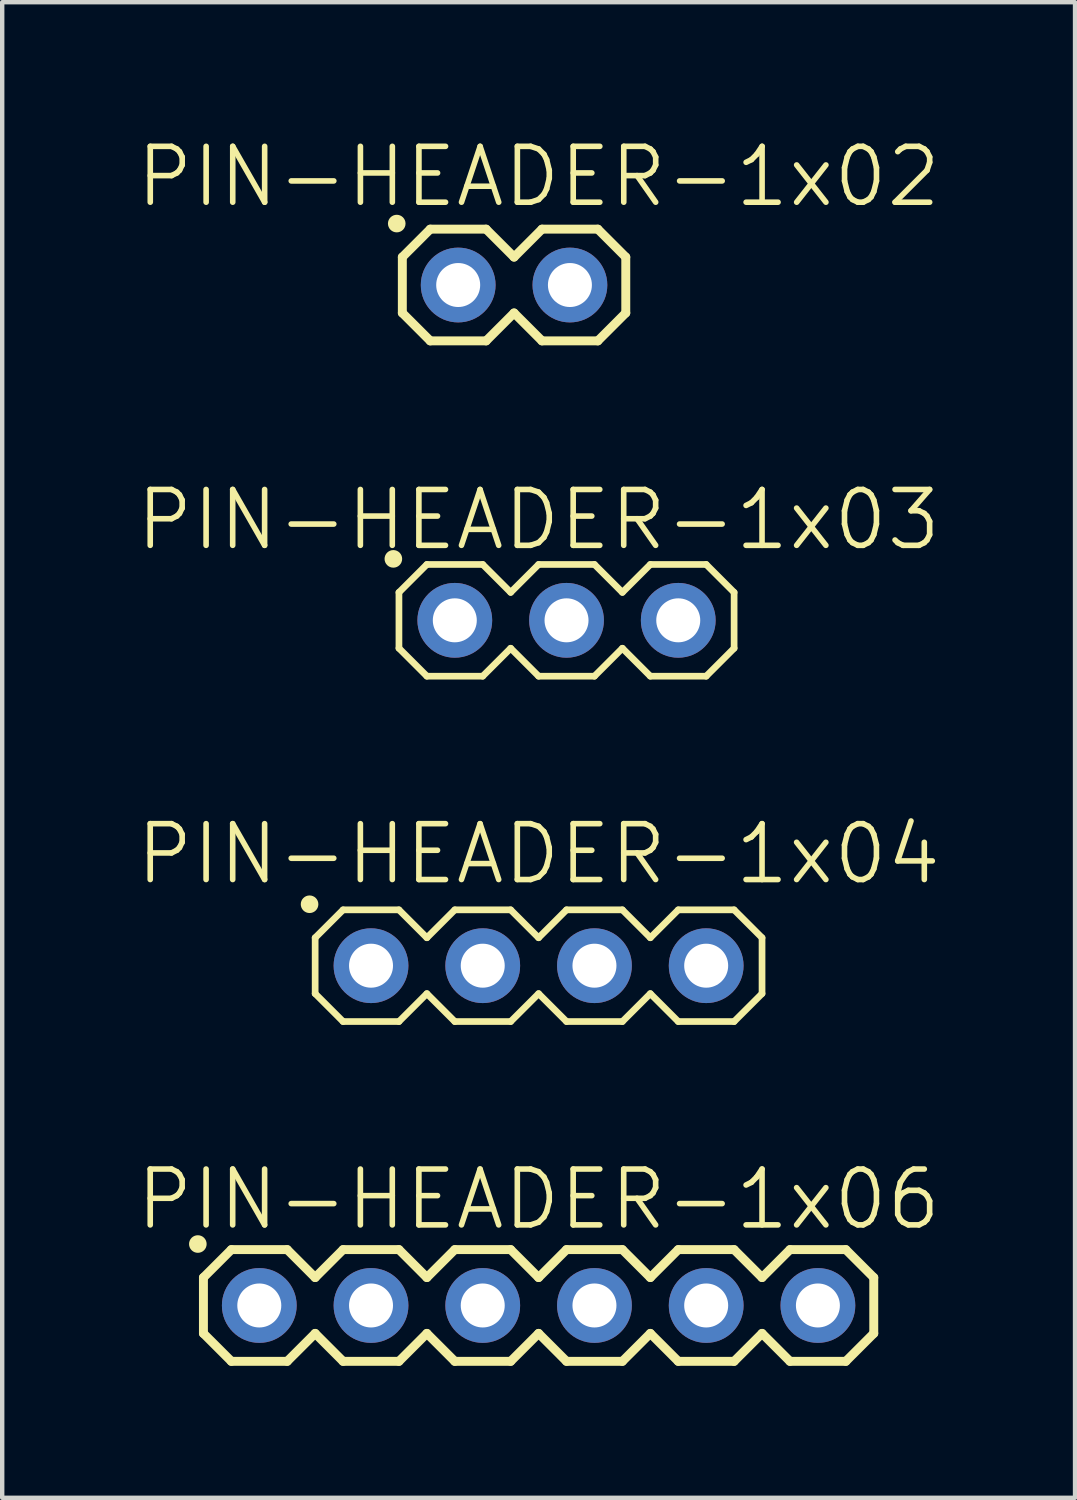
<source format=kicad_pcb>
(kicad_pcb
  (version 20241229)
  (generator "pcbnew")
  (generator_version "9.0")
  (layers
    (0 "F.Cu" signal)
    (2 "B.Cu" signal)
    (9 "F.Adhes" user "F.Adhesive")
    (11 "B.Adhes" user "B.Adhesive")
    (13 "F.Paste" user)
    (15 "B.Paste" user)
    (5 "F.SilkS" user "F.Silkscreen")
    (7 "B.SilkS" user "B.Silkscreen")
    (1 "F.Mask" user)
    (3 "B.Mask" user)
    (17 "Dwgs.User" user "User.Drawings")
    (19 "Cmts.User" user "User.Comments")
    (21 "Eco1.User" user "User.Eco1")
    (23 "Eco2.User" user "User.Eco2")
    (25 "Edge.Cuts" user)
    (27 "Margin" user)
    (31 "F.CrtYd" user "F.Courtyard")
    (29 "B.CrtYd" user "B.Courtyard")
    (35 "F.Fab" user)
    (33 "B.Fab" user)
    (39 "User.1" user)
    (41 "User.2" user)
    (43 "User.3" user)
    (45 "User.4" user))
  (footprint "PIN-HEADER-1x04"
    (layer "F.Cu")
    (at 9.195 18.905)
    (property "Reference" "PIN-HEADER-1x04" (at 0 -2.54 0) (layer "F.SilkS") (effects (font (size 1.27 1.27) (thickness 0.127))))
    (attr through_hole)
    (fp_line (start -5.08 -0.635) (end -4.445 -1.27) (stroke (width 0.152) (type solid)) (layer "F.SilkS"))
    (fp_line (start -5.08 0.635) (end -5.08 -0.635) (stroke (width 0.152) (type solid)) (layer "F.SilkS"))
    (fp_line (start -5.08 0.635) (end -4.445 1.27) (stroke (width 0.152) (type solid)) (layer "F.SilkS"))
    (fp_line (start -4.445 -1.27) (end -3.175 -1.27) (stroke (width 0.152) (type solid)) (layer "F.SilkS"))
    (fp_line (start -4.445 1.27) (end -3.175 1.27) (stroke (width 0.152) (type solid)) (layer "F.SilkS"))
    (fp_line (start -3.175 -1.27) (end -2.54 -0.635) (stroke (width 0.152) (type solid)) (layer "F.SilkS"))
    (fp_line (start -3.175 1.27) (end -2.54 0.635) (stroke (width 0.152) (type solid)) (layer "F.SilkS"))
    (fp_line (start -2.54 -0.635) (end -1.905 -1.27) (stroke (width 0.152) (type solid)) (layer "F.SilkS"))
    (fp_line (start -2.54 0.635) (end -1.905 1.27) (stroke (width 0.152) (type solid)) (layer "F.SilkS"))
    (fp_line (start -1.905 -1.27) (end -0.635 -1.27) (stroke (width 0.152) (type solid)) (layer "F.SilkS"))
    (fp_line (start -1.905 1.27) (end -0.635 1.27) (stroke (width 0.152) (type solid)) (layer "F.SilkS"))
    (fp_line (start -0.635 -1.27) (end 0 -0.635) (stroke (width 0.152) (type solid)) (layer "F.SilkS"))
    (fp_line (start -0.635 1.27) (end 0 0.635) (stroke (width 0.152) (type solid)) (layer "F.SilkS"))
    (fp_line (start 0 -0.635) (end 0.635 -1.27) (stroke (width 0.152) (type solid)) (layer "F.SilkS"))
    (fp_line (start 0 0.635) (end 0.635 1.27) (stroke (width 0.152) (type solid)) (layer "F.SilkS"))
    (fp_line (start 0.635 -1.27) (end 1.905 -1.27) (stroke (width 0.152) (type solid)) (layer "F.SilkS"))
    (fp_line (start 0.635 1.27) (end 1.905 1.27) (stroke (width 0.152) (type solid)) (layer "F.SilkS"))
    (fp_line (start 1.905 -1.27) (end 2.54 -0.635) (stroke (width 0.152) (type solid)) (layer "F.SilkS"))
    (fp_line (start 1.905 1.27) (end 2.54 0.635) (stroke (width 0.152) (type solid)) (layer "F.SilkS"))
    (fp_line (start 2.54 -0.635) (end 3.175 -1.27) (stroke (width 0.152) (type solid)) (layer "F.SilkS"))
    (fp_line (start 2.54 0.635) (end 3.175 1.27) (stroke (width 0.152) (type solid)) (layer "F.SilkS"))
    (fp_line (start 3.175 -1.27) (end 4.445 -1.27) (stroke (width 0.152) (type solid)) (layer "F.SilkS"))
    (fp_line (start 3.175 1.27) (end 4.445 1.27) (stroke (width 0.152) (type solid)) (layer "F.SilkS"))
    (fp_line (start 4.445 -1.27) (end 5.08 -0.635) (stroke (width 0.152) (type solid)) (layer "F.SilkS"))
    (fp_line (start 4.445 1.27) (end 5.08 0.635) (stroke (width 0.152) (type solid)) (layer "F.SilkS"))
    (fp_line (start 5.08 -0.635) (end 5.08 0.635) (stroke (width 0.152) (type solid)) (layer "F.SilkS"))
    (fp_circle (center -5.207 -1.397) (end -5.107 -1.397) (stroke (width 0.2) (type solid)) (fill no) (layer "F.SilkS"))
    (fp_line (start -4.064 -0.254) (end -3.556 -0.254) (stroke (width 0.066) (type solid)) (layer "Dwgs.User"))
    (fp_line (start -4.064 0.254) (end -4.064 -0.254) (stroke (width 0.066) (type solid)) (layer "Dwgs.User"))
    (fp_line (start -4.064 0.254) (end -3.556 0.254) (stroke (width 0.066) (type solid)) (layer "Dwgs.User"))
    (fp_line (start -3.556 0.254) (end -3.556 -0.254) (stroke (width 0.066) (type solid)) (layer "Dwgs.User"))
    (fp_line (start -1.524 -0.254) (end -1.016 -0.254) (stroke (width 0.066) (type solid)) (layer "Dwgs.User"))
    (fp_line (start -1.524 0.254) (end -1.524 -0.254) (stroke (width 0.066) (type solid)) (layer "Dwgs.User"))
    (fp_line (start -1.524 0.254) (end -1.016 0.254) (stroke (width 0.066) (type solid)) (layer "Dwgs.User"))
    (fp_line (start -1.016 0.254) (end -1.016 -0.254) (stroke (width 0.066) (type solid)) (layer "Dwgs.User"))
    (fp_line (start 1.016 -0.254) (end 1.524 -0.254) (stroke (width 0.066) (type solid)) (layer "Dwgs.User"))
    (fp_line (start 1.016 0.254) (end 1.016 -0.254) (stroke (width 0.066) (type solid)) (layer "Dwgs.User"))
    (fp_line (start 1.016 0.254) (end 1.524 0.254) (stroke (width 0.066) (type solid)) (layer "Dwgs.User"))
    (fp_line (start 1.524 0.254) (end 1.524 -0.254) (stroke (width 0.066) (type solid)) (layer "Dwgs.User"))
    (fp_line (start 3.556 -0.254) (end 4.064 -0.254) (stroke (width 0.066) (type solid)) (layer "Dwgs.User"))
    (fp_line (start 3.556 0.254) (end 3.556 -0.254) (stroke (width 0.066) (type solid)) (layer "Dwgs.User"))
    (fp_line (start 3.556 0.254) (end 4.064 0.254) (stroke (width 0.066) (type solid)) (layer "Dwgs.User"))
    (fp_line (start 4.064 0.254) (end 4.064 -0.254) (stroke (width 0.066) (type solid)) (layer "Dwgs.User"))
    (pad "1" thru_hole circle (at -3.81 0) (size 1.7 1.7) (drill 1) (layers "*.Cu" "*.Mask"))
    (pad "2" thru_hole circle (at -1.27 0) (size 1.7 1.7) (drill 1) (layers "*.Cu" "*.Mask"))
    (pad "3" thru_hole circle (at 1.27 0) (size 1.7 1.7) (drill 1) (layers "*.Cu" "*.Mask"))
    (pad "4" thru_hole circle (at 3.81 0) (size 1.7 1.7) (drill 1) (layers "*.Cu" "*.Mask")))
  (footprint "PIN-HEADER-1x06"
    (layer "F.Cu")
    (at 2.845 26.63)
    (property "Reference" "PIN-HEADER-1x06" (at 6.35 -2.413 0) (layer "F.SilkS") (effects (font (size 1.27 1.27) (thickness 0.127))))
    (attr through_hole)
    (fp_line (start -1.27 -0.635) (end -1.27 0.635) (stroke (width 0.203) (type solid)) (layer "F.SilkS"))
    (fp_line (start -1.27 0.635) (end -0.635 1.27) (stroke (width 0.203) (type solid)) (layer "F.SilkS"))
    (fp_line (start -0.635 -1.27) (end -1.27 -0.635) (stroke (width 0.203) (type solid)) (layer "F.SilkS"))
    (fp_line (start -0.635 -1.27) (end 0.635 -1.27) (stroke (width 0.203) (type solid)) (layer "F.SilkS"))
    (fp_line (start 0.635 -1.27) (end 1.27 -0.635) (stroke (width 0.203) (type solid)) (layer "F.SilkS"))
    (fp_line (start 0.635 1.27) (end -0.635 1.27) (stroke (width 0.203) (type solid)) (layer "F.SilkS"))
    (fp_line (start 1.27 -0.635) (end 1.905 -1.27) (stroke (width 0.203) (type solid)) (layer "F.SilkS"))
    (fp_line (start 1.27 0.635) (end 0.635 1.27) (stroke (width 0.203) (type solid)) (layer "F.SilkS"))
    (fp_line (start 1.905 -1.27) (end 3.175 -1.27) (stroke (width 0.203) (type solid)) (layer "F.SilkS"))
    (fp_line (start 1.905 1.27) (end 1.27 0.635) (stroke (width 0.203) (type solid)) (layer "F.SilkS"))
    (fp_line (start 3.175 -1.27) (end 3.81 -0.635) (stroke (width 0.203) (type solid)) (layer "F.SilkS"))
    (fp_line (start 3.175 1.27) (end 1.905 1.27) (stroke (width 0.203) (type solid)) (layer "F.SilkS"))
    (fp_line (start 3.81 -0.635) (end 4.445 -1.27) (stroke (width 0.203) (type solid)) (layer "F.SilkS"))
    (fp_line (start 3.81 0.635) (end 3.175 1.27) (stroke (width 0.203) (type solid)) (layer "F.SilkS"))
    (fp_line (start 4.445 -1.27) (end 5.715 -1.27) (stroke (width 0.203) (type solid)) (layer "F.SilkS"))
    (fp_line (start 4.445 1.27) (end 3.81 0.635) (stroke (width 0.203) (type solid)) (layer "F.SilkS"))
    (fp_line (start 5.715 -1.27) (end 6.35 -0.635) (stroke (width 0.203) (type solid)) (layer "F.SilkS"))
    (fp_line (start 5.715 1.27) (end 4.445 1.27) (stroke (width 0.203) (type solid)) (layer "F.SilkS"))
    (fp_line (start 6.35 0.635) (end 5.715 1.27) (stroke (width 0.203) (type solid)) (layer "F.SilkS"))
    (fp_line (start 6.35 0.635) (end 6.985 1.27) (stroke (width 0.203) (type solid)) (layer "F.SilkS"))
    (fp_line (start 6.985 -1.27) (end 6.35 -0.635) (stroke (width 0.203) (type solid)) (layer "F.SilkS"))
    (fp_line (start 6.985 -1.27) (end 8.255 -1.27) (stroke (width 0.203) (type solid)) (layer "F.SilkS"))
    (fp_line (start 8.255 -1.27) (end 8.89 -0.635) (stroke (width 0.203) (type solid)) (layer "F.SilkS"))
    (fp_line (start 8.255 1.27) (end 6.985 1.27) (stroke (width 0.203) (type solid)) (layer "F.SilkS"))
    (fp_line (start 8.89 -0.635) (end 9.525 -1.27) (stroke (width 0.203) (type solid)) (layer "F.SilkS"))
    (fp_line (start 8.89 0.635) (end 8.255 1.27) (stroke (width 0.203) (type solid)) (layer "F.SilkS"))
    (fp_line (start 9.525 -1.27) (end 10.795 -1.27) (stroke (width 0.203) (type solid)) (layer "F.SilkS"))
    (fp_line (start 9.525 1.27) (end 8.89 0.635) (stroke (width 0.203) (type solid)) (layer "F.SilkS"))
    (fp_line (start 10.795 -1.27) (end 11.43 -0.635) (stroke (width 0.203) (type solid)) (layer "F.SilkS"))
    (fp_line (start 10.795 1.27) (end 9.525 1.27) (stroke (width 0.203) (type solid)) (layer "F.SilkS"))
    (fp_line (start 11.43 -0.635) (end 12.065 -1.27) (stroke (width 0.203) (type solid)) (layer "F.SilkS"))
    (fp_line (start 11.43 0.635) (end 10.795 1.27) (stroke (width 0.203) (type solid)) (layer "F.SilkS"))
    (fp_line (start 12.065 -1.27) (end 13.335 -1.27) (stroke (width 0.203) (type solid)) (layer "F.SilkS"))
    (fp_line (start 12.065 1.27) (end 11.43 0.635) (stroke (width 0.203) (type solid)) (layer "F.SilkS"))
    (fp_line (start 13.335 -1.27) (end 13.97 -0.635) (stroke (width 0.203) (type solid)) (layer "F.SilkS"))
    (fp_line (start 13.335 1.27) (end 12.065 1.27) (stroke (width 0.203) (type solid)) (layer "F.SilkS"))
    (fp_line (start 13.97 -0.635) (end 13.97 0.635) (stroke (width 0.203) (type solid)) (layer "F.SilkS"))
    (fp_line (start 13.97 0.635) (end 13.335 1.27) (stroke (width 0.203) (type solid)) (layer "F.SilkS"))
    (fp_circle (center -1.397 -1.397) (end -1.297 -1.397) (stroke (width 0.2) (type solid)) (fill no) (layer "F.SilkS"))
    (fp_line (start -0.254 -0.254) (end 0.254 -0.254) (stroke (width 0.066) (type solid)) (layer "Dwgs.User"))
    (fp_line (start -0.254 0.254) (end -0.254 -0.254) (stroke (width 0.066) (type solid)) (layer "Dwgs.User"))
    (fp_line (start -0.254 0.254) (end 0.254 0.254) (stroke (width 0.066) (type solid)) (layer "Dwgs.User"))
    (fp_line (start 0.254 0.254) (end 0.254 -0.254) (stroke (width 0.066) (type solid)) (layer "Dwgs.User"))
    (fp_line (start 2.286 -0.254) (end 2.794 -0.254) (stroke (width 0.066) (type solid)) (layer "Dwgs.User"))
    (fp_line (start 2.286 0.254) (end 2.286 -0.254) (stroke (width 0.066) (type solid)) (layer "Dwgs.User"))
    (fp_line (start 2.286 0.254) (end 2.794 0.254) (stroke (width 0.066) (type solid)) (layer "Dwgs.User"))
    (fp_line (start 2.794 0.254) (end 2.794 -0.254) (stroke (width 0.066) (type solid)) (layer "Dwgs.User"))
    (fp_line (start 4.826 -0.254) (end 5.334 -0.254) (stroke (width 0.066) (type solid)) (layer "Dwgs.User"))
    (fp_line (start 4.826 0.254) (end 4.826 -0.254) (stroke (width 0.066) (type solid)) (layer "Dwgs.User"))
    (fp_line (start 4.826 0.254) (end 5.334 0.254) (stroke (width 0.066) (type solid)) (layer "Dwgs.User"))
    (fp_line (start 5.334 0.254) (end 5.334 -0.254) (stroke (width 0.066) (type solid)) (layer "Dwgs.User"))
    (fp_line (start 7.366 -0.254) (end 7.874 -0.254) (stroke (width 0.066) (type solid)) (layer "Dwgs.User"))
    (fp_line (start 7.366 0.254) (end 7.366 -0.254) (stroke (width 0.066) (type solid)) (layer "Dwgs.User"))
    (fp_line (start 7.366 0.254) (end 7.874 0.254) (stroke (width 0.066) (type solid)) (layer "Dwgs.User"))
    (fp_line (start 7.874 0.254) (end 7.874 -0.254) (stroke (width 0.066) (type solid)) (layer "Dwgs.User"))
    (fp_line (start 9.906 -0.254) (end 10.414 -0.254) (stroke (width 0.066) (type solid)) (layer "Dwgs.User"))
    (fp_line (start 9.906 0.254) (end 9.906 -0.254) (stroke (width 0.066) (type solid)) (layer "Dwgs.User"))
    (fp_line (start 9.906 0.254) (end 10.414 0.254) (stroke (width 0.066) (type solid)) (layer "Dwgs.User"))
    (fp_line (start 10.414 0.254) (end 10.414 -0.254) (stroke (width 0.066) (type solid)) (layer "Dwgs.User"))
    (fp_line (start 12.446 -0.254) (end 12.954 -0.254) (stroke (width 0.066) (type solid)) (layer "Dwgs.User"))
    (fp_line (start 12.446 0.254) (end 12.446 -0.254) (stroke (width 0.066) (type solid)) (layer "Dwgs.User"))
    (fp_line (start 12.446 0.254) (end 12.954 0.254) (stroke (width 0.066) (type solid)) (layer "Dwgs.User"))
    (fp_line (start 12.954 0.254) (end 12.954 -0.254) (stroke (width 0.066) (type solid)) (layer "Dwgs.User"))
    (pad "1" thru_hole circle (at 0 0) (size 1.7 1.7) (drill 1) (layers "*.Cu" "*.Mask"))
    (pad "2" thru_hole circle (at 2.54 0) (size 1.7 1.7) (drill 1) (layers "*.Cu" "*.Mask"))
    (pad "3" thru_hole circle (at 5.08 0) (size 1.7 1.7) (drill 1) (layers "*.Cu" "*.Mask"))
    (pad "4" thru_hole circle (at 7.62 0) (size 1.7 1.7) (drill 1) (layers "*.Cu" "*.Mask"))
    (pad "5" thru_hole circle (at 10.16 0) (size 1.7 1.7) (drill 1) (layers "*.Cu" "*.Mask"))
    (pad "6" thru_hole circle (at 12.7 0) (size 1.7 1.7) (drill 1) (layers "*.Cu" "*.Mask")))
  (footprint "PIN-HEADER-1x02"
    (layer "F.Cu")
    (at 7.367 3.43)
    (property "Reference" "PIN-HEADER-1x02" (at 1.829 -2.464 0) (layer "F.SilkS") (effects (font (size 1.27 1.27) (thickness 0.127))))
    (attr through_hole)
    (fp_line (start -1.27 -0.635) (end -1.27 0.635) (stroke (width 0.203) (type solid)) (layer "F.SilkS"))
    (fp_line (start -1.27 0.635) (end -0.635 1.27) (stroke (width 0.203) (type solid)) (layer "F.SilkS"))
    (fp_line (start -0.635 -1.27) (end -1.27 -0.635) (stroke (width 0.203) (type solid)) (layer "F.SilkS"))
    (fp_line (start -0.635 -1.27) (end 0.635 -1.27) (stroke (width 0.203) (type solid)) (layer "F.SilkS"))
    (fp_line (start 0.635 -1.27) (end 1.27 -0.635) (stroke (width 0.203) (type solid)) (layer "F.SilkS"))
    (fp_line (start 0.635 1.27) (end -0.635 1.27) (stroke (width 0.203) (type solid)) (layer "F.SilkS"))
    (fp_line (start 1.27 -0.635) (end 1.905 -1.27) (stroke (width 0.203) (type solid)) (layer "F.SilkS"))
    (fp_line (start 1.27 0.635) (end 0.635 1.27) (stroke (width 0.203) (type solid)) (layer "F.SilkS"))
    (fp_line (start 1.905 -1.27) (end 3.175 -1.27) (stroke (width 0.203) (type solid)) (layer "F.SilkS"))
    (fp_line (start 1.905 1.27) (end 1.27 0.635) (stroke (width 0.203) (type solid)) (layer "F.SilkS"))
    (fp_line (start 3.175 -1.27) (end 3.81 -0.635) (stroke (width 0.203) (type solid)) (layer "F.SilkS"))
    (fp_line (start 3.175 1.27) (end 1.905 1.27) (stroke (width 0.203) (type solid)) (layer "F.SilkS"))
    (fp_line (start 3.81 -0.635) (end 3.81 0.635) (stroke (width 0.203) (type solid)) (layer "F.SilkS"))
    (fp_line (start 3.81 0.635) (end 3.175 1.27) (stroke (width 0.203) (type solid)) (layer "F.SilkS"))
    (fp_circle (center -1.397 -1.397) (end -1.297 -1.397) (stroke (width 0.2) (type solid)) (fill no) (layer "F.SilkS"))
    (fp_line (start -0.254 -0.254) (end 0.254 -0.254) (stroke (width 0.066) (type solid)) (layer "Dwgs.User"))
    (fp_line (start -0.254 0.254) (end -0.254 -0.254) (stroke (width 0.066) (type solid)) (layer "Dwgs.User"))
    (fp_line (start -0.254 0.254) (end 0.254 0.254) (stroke (width 0.066) (type solid)) (layer "Dwgs.User"))
    (fp_line (start 0.254 0.254) (end 0.254 -0.254) (stroke (width 0.066) (type solid)) (layer "Dwgs.User"))
    (fp_line (start 2.286 -0.254) (end 2.794 -0.254) (stroke (width 0.066) (type solid)) (layer "Dwgs.User"))
    (fp_line (start 2.286 0.254) (end 2.286 -0.254) (stroke (width 0.066) (type solid)) (layer "Dwgs.User"))
    (fp_line (start 2.286 0.254) (end 2.794 0.254) (stroke (width 0.066) (type solid)) (layer "Dwgs.User"))
    (fp_line (start 2.794 0.254) (end 2.794 -0.254) (stroke (width 0.066) (type solid)) (layer "Dwgs.User"))
    (pad "1" thru_hole circle (at 0 0) (size 1.7 1.7) (drill 1) (layers "*.Cu" "*.Mask"))
    (pad "2" thru_hole circle (at 2.54 0) (size 1.7 1.7) (drill 1) (layers "*.Cu" "*.Mask")))
  (footprint "PIN-HEADER-1x03"
    (layer "F.Cu")
    (at 9.83 11.053)
    (property "Reference" "PIN-HEADER-1x03" (at -0.635 -2.286 0) (layer "F.SilkS") (effects (font (size 1.27 1.27) (thickness 0.127))))
    (attr through_hole)
    (fp_line (start -3.81 -0.635) (end -3.81 0.635) (stroke (width 0.152) (type solid)) (layer "F.SilkS"))
    (fp_line (start -3.81 0.635) (end -3.175 1.27) (stroke (width 0.152) (type solid)) (layer "F.SilkS"))
    (fp_line (start -3.175 -1.27) (end -3.81 -0.635) (stroke (width 0.152) (type solid)) (layer "F.SilkS"))
    (fp_line (start -3.175 -1.27) (end -1.905 -1.27) (stroke (width 0.152) (type solid)) (layer "F.SilkS"))
    (fp_line (start -1.905 -1.27) (end -1.27 -0.635) (stroke (width 0.152) (type solid)) (layer "F.SilkS"))
    (fp_line (start -1.905 1.27) (end -3.175 1.27) (stroke (width 0.152) (type solid)) (layer "F.SilkS"))
    (fp_line (start -1.27 -0.635) (end -0.635 -1.27) (stroke (width 0.152) (type solid)) (layer "F.SilkS"))
    (fp_line (start -1.27 0.635) (end -1.905 1.27) (stroke (width 0.152) (type solid)) (layer "F.SilkS"))
    (fp_line (start -0.635 -1.27) (end 0.635 -1.27) (stroke (width 0.152) (type solid)) (layer "F.SilkS"))
    (fp_line (start -0.635 1.27) (end -1.27 0.635) (stroke (width 0.152) (type solid)) (layer "F.SilkS"))
    (fp_line (start 0.635 -1.27) (end 1.27 -0.635) (stroke (width 0.152) (type solid)) (layer "F.SilkS"))
    (fp_line (start 0.635 1.27) (end -0.635 1.27) (stroke (width 0.152) (type solid)) (layer "F.SilkS"))
    (fp_line (start 1.27 -0.635) (end 1.905 -1.27) (stroke (width 0.152) (type solid)) (layer "F.SilkS"))
    (fp_line (start 1.27 0.635) (end 0.635 1.27) (stroke (width 0.152) (type solid)) (layer "F.SilkS"))
    (fp_line (start 1.905 -1.27) (end 3.175 -1.27) (stroke (width 0.152) (type solid)) (layer "F.SilkS"))
    (fp_line (start 1.905 1.27) (end 1.27 0.635) (stroke (width 0.152) (type solid)) (layer "F.SilkS"))
    (fp_line (start 3.175 -1.27) (end 3.81 -0.635) (stroke (width 0.152) (type solid)) (layer "F.SilkS"))
    (fp_line (start 3.175 1.27) (end 1.905 1.27) (stroke (width 0.152) (type solid)) (layer "F.SilkS"))
    (fp_line (start 3.81 -0.635) (end 3.81 0.635) (stroke (width 0.152) (type solid)) (layer "F.SilkS"))
    (fp_line (start 3.81 0.635) (end 3.175 1.27) (stroke (width 0.152) (type solid)) (layer "F.SilkS"))
    (fp_circle (center -3.937 -1.397) (end -3.837 -1.397) (stroke (width 0.2) (type solid)) (fill no) (layer "F.SilkS"))
    (fp_line (start -2.794 -0.254) (end -2.286 -0.254) (stroke (width 0.066) (type solid)) (layer "Dwgs.User"))
    (fp_line (start -2.794 0.254) (end -2.794 -0.254) (stroke (width 0.066) (type solid)) (layer "Dwgs.User"))
    (fp_line (start -2.794 0.254) (end -2.286 0.254) (stroke (width 0.066) (type solid)) (layer "Dwgs.User"))
    (fp_line (start -2.286 0.254) (end -2.286 -0.254) (stroke (width 0.066) (type solid)) (layer "Dwgs.User"))
    (fp_line (start -0.254 -0.254) (end 0.254 -0.254) (stroke (width 0.066) (type solid)) (layer "Dwgs.User"))
    (fp_line (start -0.254 0.254) (end -0.254 -0.254) (stroke (width 0.066) (type solid)) (layer "Dwgs.User"))
    (fp_line (start -0.254 0.254) (end 0.254 0.254) (stroke (width 0.066) (type solid)) (layer "Dwgs.User"))
    (fp_line (start 0.254 0.254) (end 0.254 -0.254) (stroke (width 0.066) (type solid)) (layer "Dwgs.User"))
    (fp_line (start 2.286 -0.254) (end 2.794 -0.254) (stroke (width 0.066) (type solid)) (layer "Dwgs.User"))
    (fp_line (start 2.286 0.254) (end 2.286 -0.254) (stroke (width 0.066) (type solid)) (layer "Dwgs.User"))
    (fp_line (start 2.286 0.254) (end 2.794 0.254) (stroke (width 0.066) (type solid)) (layer "Dwgs.User"))
    (fp_line (start 2.794 0.254) (end 2.794 -0.254) (stroke (width 0.066) (type solid)) (layer "Dwgs.User"))
    (pad "1" thru_hole circle (at -2.54 0) (size 1.7 1.7) (drill 1) (layers "*.Cu" "*.Mask"))
    (pad "2" thru_hole circle (at 0 0) (size 1.7 1.7) (drill 1) (layers "*.Cu" "*.Mask"))
    (pad "3" thru_hole circle (at 2.54 0) (size 1.7 1.7) (drill 1) (layers "*.Cu" "*.Mask")))
  (gr_rect
    (start -3 -3)
    (end 21.391 31.002)
    (stroke (width 0.1) (type default))
    (fill no)
    (layer "Edge.Cuts")))
</source>
